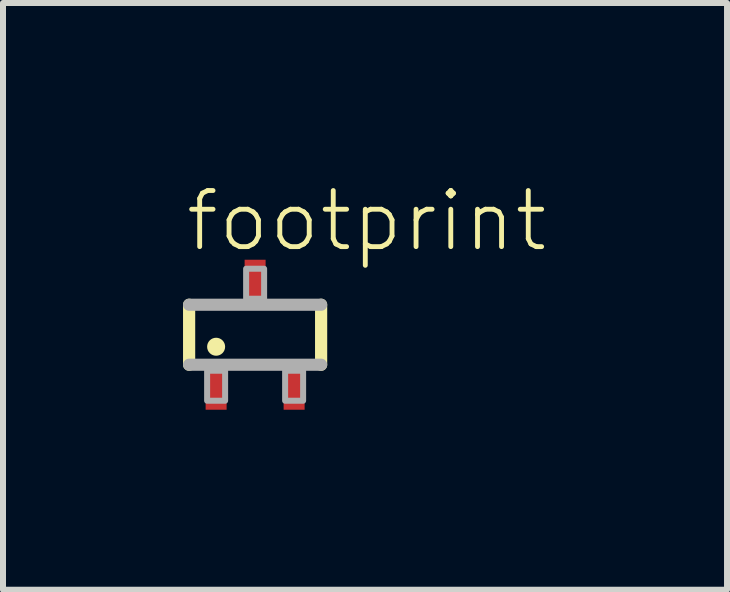
<source format=kicad_pcb>
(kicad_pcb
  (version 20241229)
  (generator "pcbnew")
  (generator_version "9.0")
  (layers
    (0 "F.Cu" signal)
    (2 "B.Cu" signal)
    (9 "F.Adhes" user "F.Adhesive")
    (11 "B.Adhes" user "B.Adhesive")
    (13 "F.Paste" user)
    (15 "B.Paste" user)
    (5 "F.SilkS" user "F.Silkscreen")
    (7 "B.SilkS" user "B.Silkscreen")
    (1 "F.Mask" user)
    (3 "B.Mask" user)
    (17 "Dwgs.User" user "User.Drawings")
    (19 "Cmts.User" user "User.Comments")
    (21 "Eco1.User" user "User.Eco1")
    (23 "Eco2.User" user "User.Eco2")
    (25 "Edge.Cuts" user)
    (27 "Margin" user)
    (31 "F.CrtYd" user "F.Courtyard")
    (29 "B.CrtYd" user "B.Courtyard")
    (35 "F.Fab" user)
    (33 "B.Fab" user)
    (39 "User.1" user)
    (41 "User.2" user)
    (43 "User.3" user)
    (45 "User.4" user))
  (footprint "footprint"
    (layer "F.Cu")
    (at 1.202 2.529)
    (property "Reference" "footprint" (at -1.2 -1.35 0) (layer "F.SilkS") (effects (font (size 0.935 0.935) (thickness 0.081)) (justify left bottom)))
    (fp_line (start -1.1 0.5) (end -1.1 -0.5) (stroke (width 0.203) (type solid)) (layer "F.SilkS"))
    (fp_line (start 1.1 -0.5) (end 1.1 0.5) (stroke (width 0.203) (type solid)) (layer "F.SilkS"))
    (fp_circle (center -0.65 0.2) (end -0.575 0.2) (stroke (width 0.15) (type solid)) (fill yes) (layer "F.SilkS"))
    (fp_line (start -1.1 -0.5) (end 1.1 -0.5) (stroke (width 0.203) (type solid)) (layer "F.Fab"))
    (fp_line (start 1.1 0.5) (end -1.1 0.5) (stroke (width 0.203) (type solid)) (layer "F.Fab"))
    (fp_poly (pts (xy -0.8 1.1) (xy -0.5 1.1) (xy -0.5 0.6) (xy -0.8 0.6)) (stroke (width 0.1) (type solid)) (fill no) (layer "F.Fab"))
    (fp_poly (pts (xy -0.15 -0.6) (xy 0.15 -0.6) (xy 0.15 -1.1) (xy -0.15 -1.1)) (stroke (width 0.1) (type solid)) (fill no) (layer "F.Fab"))
    (fp_poly (pts (xy 0.5 1.1) (xy 0.8 1.1) (xy 0.8 0.6) (xy 0.5 0.6)) (stroke (width 0.1) (type solid)) (fill no) (layer "F.Fab"))
    (pad "1" smd rect (at -0.65 0.85) (size 0.35 0.8) (layers "F.Cu" "F.Mask" "F.Paste"))
    (pad "2" smd rect (at 0.65 0.85) (size 0.35 0.8) (layers "F.Cu" "F.Mask" "F.Paste"))
    (pad "3" smd rect (at 0 -0.85) (size 0.35 0.8) (layers "F.Cu" "F.Mask" "F.Paste")))
  (gr_rect
    (start -3 -3)
    (end 9.067 6.779)
    (stroke (width 0.1) (type default))
    (fill no)
    (layer "Edge.Cuts")))
</source>
